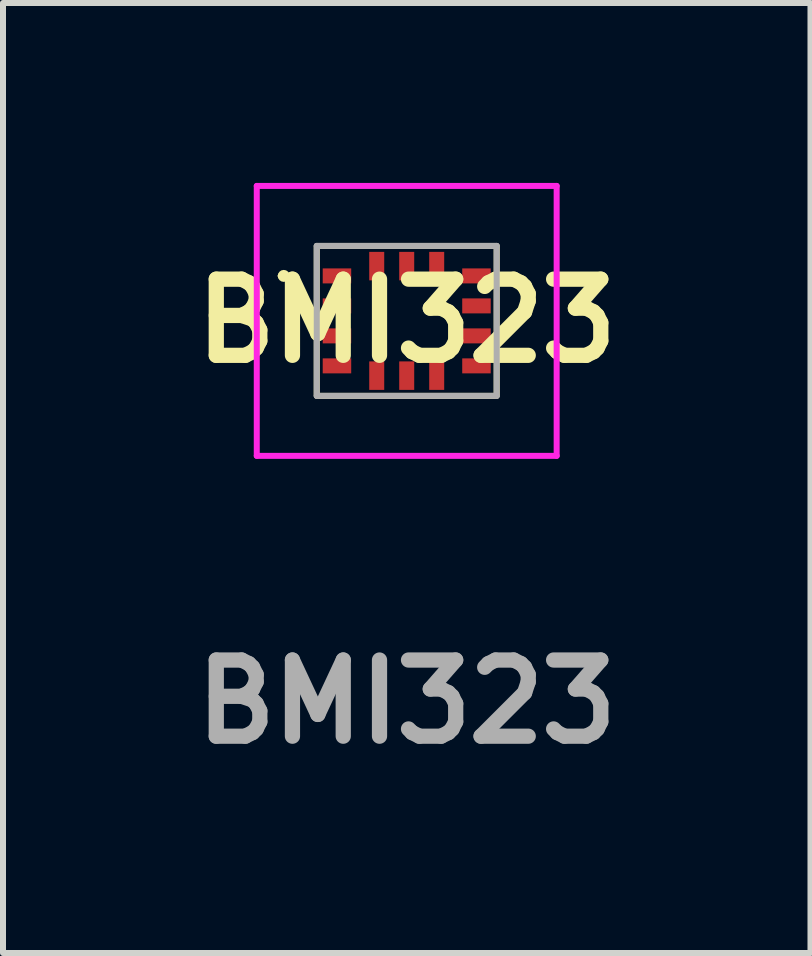
<source format=kicad_pcb>
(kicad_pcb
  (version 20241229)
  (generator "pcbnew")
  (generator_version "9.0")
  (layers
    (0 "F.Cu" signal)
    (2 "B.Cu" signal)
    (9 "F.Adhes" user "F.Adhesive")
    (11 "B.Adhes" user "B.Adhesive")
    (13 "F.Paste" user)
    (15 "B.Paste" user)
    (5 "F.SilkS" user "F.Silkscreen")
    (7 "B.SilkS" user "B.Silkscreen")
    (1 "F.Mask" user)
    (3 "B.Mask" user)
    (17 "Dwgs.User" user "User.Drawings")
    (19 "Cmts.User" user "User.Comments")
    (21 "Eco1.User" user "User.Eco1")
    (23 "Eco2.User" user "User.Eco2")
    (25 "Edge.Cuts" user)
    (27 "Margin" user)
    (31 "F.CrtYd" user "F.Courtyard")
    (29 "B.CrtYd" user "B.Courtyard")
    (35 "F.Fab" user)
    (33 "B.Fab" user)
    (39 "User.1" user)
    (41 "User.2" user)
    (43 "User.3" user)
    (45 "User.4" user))
  (footprint "BMI323"
    (layer "F.Cu")
    (at 3.731 2.3)
    (property "Reference" "BMI323" (at 0 0 0) (layer "F.SilkS") (effects (font (size 1.27 1.27) (thickness 0.254))))
    (attr smd)
    (fp_line (start -2.1 -0.75) (end -2.1 -0.75) (stroke (width 0.1) (type solid)) (layer "F.SilkS"))
    (fp_line (start -2 -0.75) (end -2 -0.75) (stroke (width 0.1) (type solid)) (layer "F.SilkS"))
    (fp_rect (start -1.5 -1.25) (end 1.5 1.25) (stroke (width 0.1) (type default)) (fill no) (layer "F.SilkS"))
    (fp_arc (start -2.1 -0.75) (mid -2.05 -0.8) (end -2 -0.75) (stroke (width 0.1) (type solid)) (layer "F.SilkS"))
    (fp_arc (start -2 -0.75) (mid -2.05 -0.7) (end -2.1 -0.75) (stroke (width 0.1) (type solid)) (layer "F.SilkS"))
    (fp_line (start -2.5 -2.25) (end 2.5 -2.25) (stroke (width 0.1) (type solid)) (layer "F.CrtYd"))
    (fp_line (start -2.5 2.25) (end -2.5 -2.25) (stroke (width 0.1) (type solid)) (layer "F.CrtYd"))
    (fp_line (start 2.5 -2.25) (end 2.5 2.25) (stroke (width 0.1) (type solid)) (layer "F.CrtYd"))
    (fp_line (start 2.5 2.25) (end -2.5 2.25) (stroke (width 0.1) (type solid)) (layer "F.CrtYd"))
    (fp_line (start -1.5 -1.25) (end 1.5 -1.25) (stroke (width 0.1) (type solid)) (layer "F.Fab"))
    (fp_line (start -1.5 1.25) (end -1.5 -1.25) (stroke (width 0.1) (type solid)) (layer "F.Fab"))
    (fp_line (start 1.5 -1.25) (end 1.5 1.25) (stroke (width 0.1) (type solid)) (layer "F.Fab"))
    (fp_line (start 1.5 1.25) (end -1.5 1.25) (stroke (width 0.1) (type solid)) (layer "F.Fab"))
    (fp_text user "${REFERENCE}" (at 0 6.35 0) (layer "F.Fab") (effects (font (size 1.27 1.27) (thickness 0.254))))
    (pad "1" smd rect (at -1.163 -0.75 90) (size 0.25 0.475) (layers "F.Cu" "F.Mask" "F.Paste"))
    (pad "2" smd rect (at -1.163 -0.25 90) (size 0.25 0.475) (layers "F.Cu" "F.Mask" "F.Paste"))
    (pad "3" smd rect (at -1.163 0.25 90) (size 0.25 0.475) (layers "F.Cu" "F.Mask" "F.Paste"))
    (pad "4" smd rect (at -1.163 0.75 90) (size 0.25 0.475) (layers "F.Cu" "F.Mask" "F.Paste"))
    (pad "5" smd rect (at -0.5 0.913) (size 0.25 0.475) (layers "F.Cu" "F.Mask" "F.Paste"))
    (pad "6" smd rect (at 0 0.913) (size 0.25 0.475) (layers "F.Cu" "F.Mask" "F.Paste"))
    (pad "7" smd rect (at 0.5 0.913) (size 0.25 0.475) (layers "F.Cu" "F.Mask" "F.Paste"))
    (pad "8" smd rect (at 1.163 0.75 90) (size 0.25 0.475) (layers "F.Cu" "F.Mask" "F.Paste"))
    (pad "9" smd rect (at 1.163 0.25 90) (size 0.25 0.475) (layers "F.Cu" "F.Mask" "F.Paste"))
    (pad "10" smd rect (at 1.163 -0.25 90) (size 0.25 0.475) (layers "F.Cu" "F.Mask" "F.Paste"))
    (pad "11" smd rect (at 1.163 -0.75 90) (size 0.25 0.475) (layers "F.Cu" "F.Mask" "F.Paste"))
    (pad "12" smd rect (at 0.5 -0.913) (size 0.25 0.475) (layers "F.Cu" "F.Mask" "F.Paste"))
    (pad "13" smd rect (at 0 -0.913) (size 0.25 0.475) (layers "F.Cu" "F.Mask" "F.Paste"))
    (pad "14" smd rect (at -0.5 -0.913) (size 0.25 0.475) (layers "F.Cu" "F.Mask" "F.Paste")))
  (gr_rect
    (start -3 -3)
    (end 10.463 12.839)
    (stroke (width 0.1) (type default))
    (fill no)
    (layer "Edge.Cuts")))
</source>
